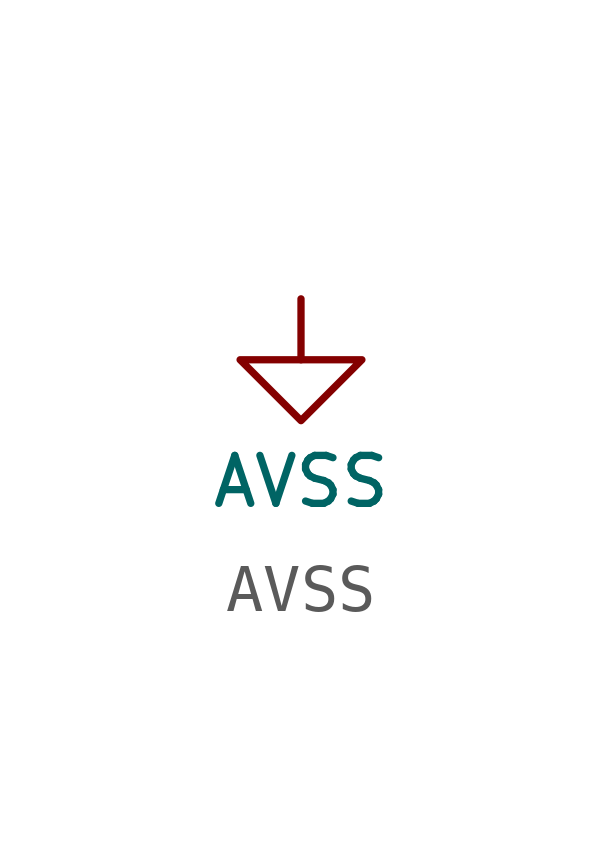
<source format=kicad_sym>
(kicad_symbol_lib
  (version 20220914)
  (generator kicad_symbol_editor)
  (symbol "AVSS"
    (power)
    (pin_numbers hide)
    (pin_names
      (offset 0) hide)
    (property "Reference" "#PWR"
      (at 0 2.54 0)
      (effects (font (size 1.524 1.524)) hide))
    (property "Value" "AVSS"
      (at 0 -2.54 0)
      (effects (font (size 1 1))))
    (property "Footprint" ""
      (at 0 0 0)
      (effects (font (size 1.524 1.524))))
    (property "Datasheet" ""
      (at 0 2.54 0)
      (effects (font (size 1.524 1.524))))
    (symbol "AVSS_0_1"
      (polyline (pts (xy -1.27 0) (xy 1.27 0) (xy 0 -1.27) (xy -1.27 0)) (stroke (width 0) (type default)) (fill (type none))))
    (symbol "AVSS_1_1"
      (pin power_in line (at 0 1.27 270) (length 1.27) (name "AVSS" (effects (font (size 1.27 1.27)))) (number "1" (effects (font (size 1.27 1.27))))))))
</source>
